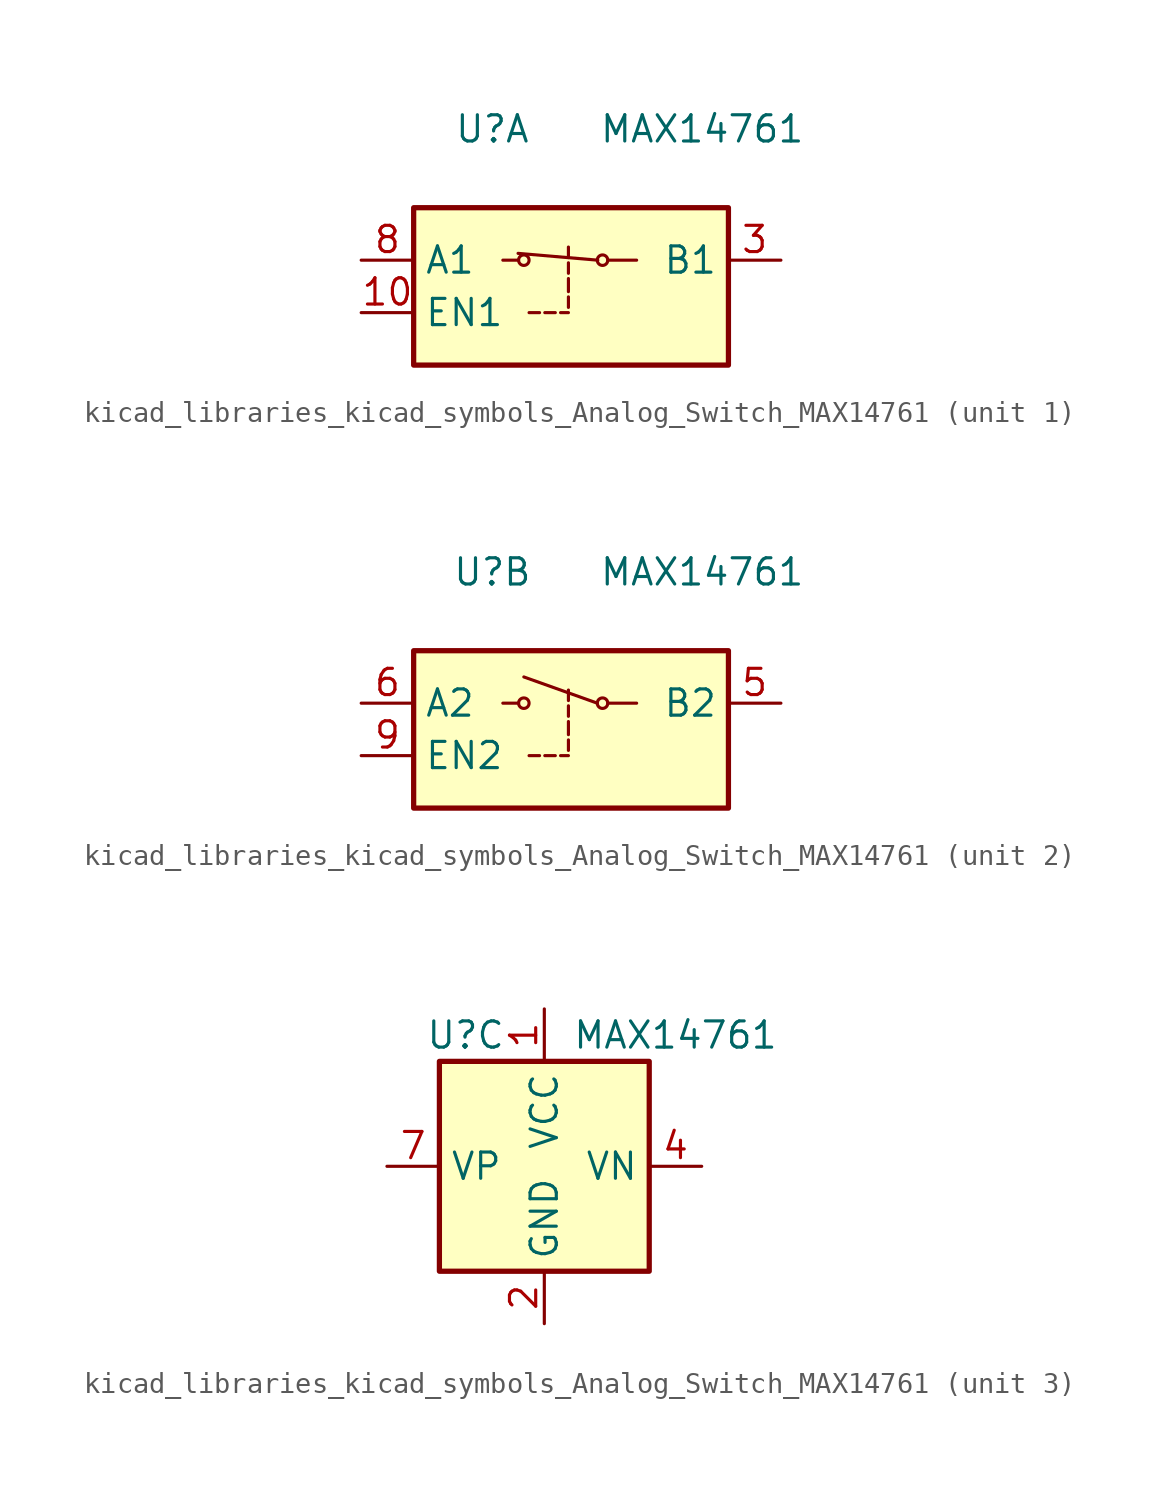
<source format=kicad_sym>
(kicad_symbol_lib
  (version 20220914)
  (generator kicad_symbol_editor)
  (symbol "kicad_libraries_kicad_symbols_Analog_Switch_MAX14761"
    (property "Reference" "U"
      (at -3.81 6.35 0)
      (effects (font (size 1.27 1.27))))
    (property "Value" "MAX14761"
      (at 6.35 6.35 0)
      (effects (font (size 1.27 1.27))))
    (property "ki_locked" ""
      (at 0 0 0)
      (effects (font (size 1.27 1.27))))
    (symbol "kicad_libraries_kicad_symbols_Analog_Switch_MAX14761_1_1"
      (rectangle (start -7.62 2.54) (end 7.62 -5.08) (stroke (width 0.254) (type default)) (fill (type background)))
      (circle (center -2.286 0) (radius 0.254) (stroke (width 0) (type default)) (fill (type none)))
      (polyline (pts (xy -3.302 0) (xy -2.54 0)) (stroke (width 0) (type default)) (fill (type none)))
      (polyline (pts (xy -2.032 -2.54) (xy -1.524 -2.54)) (stroke (width 0) (type default)) (fill (type none)))
      (polyline (pts (xy -1.27 -2.54) (xy -0.762 -2.54)) (stroke (width 0) (type default)) (fill (type none)))
      (polyline (pts (xy -0.508 -2.54) (xy -0.127 -2.54)) (stroke (width 0) (type default)) (fill (type none)))
      (polyline (pts (xy -0.127 -2.286) (xy -0.127 -1.778)) (stroke (width 0) (type default)) (fill (type none)))
      (polyline (pts (xy -0.127 -1.524) (xy -0.127 -0.889)) (stroke (width 0) (type default)) (fill (type none)))
      (polyline (pts (xy -0.127 -0.635) (xy -0.127 -0.127)) (stroke (width 0) (type default)) (fill (type none)))
      (polyline (pts (xy -0.127 0.127) (xy -0.127 0.635)) (stroke (width 0) (type default)) (fill (type none)))
      (polyline (pts (xy 1.295 0) (xy -2.565 0.33)) (stroke (width 0) (type default)) (fill (type none)))
      (polyline (pts (xy 3.175 0) (xy 1.778 0)) (stroke (width 0) (type default)) (fill (type none)))
      (circle (center 1.524 0) (radius 0.254) (stroke (width 0) (type default)) (fill (type none)))
      (pin input line (at -10.16 -2.54 0) (length 2.54) (name "EN1" (effects (font (size 1.27 1.27)))) (number "10" (effects (font (size 1.27 1.27)))))
      (pin passive line (at 10.16 0 180) (length 2.54) (name "B1" (effects (font (size 1.27 1.27)))) (number "3" (effects (font (size 1.27 1.27)))))
      (pin passive line (at -10.16 0 0) (length 2.54) (name "A1" (effects (font (size 1.27 1.27)))) (number "8" (effects (font (size 1.27 1.27))))))
    (symbol "kicad_libraries_kicad_symbols_Analog_Switch_MAX14761_2_1"
      (rectangle (start -7.62 -5.08) (end 7.62 2.54) (stroke (width 0.254) (type default)) (fill (type background)))
      (circle (center -2.286 0) (radius 0.254) (stroke (width 0) (type default)) (fill (type none)))
      (polyline (pts (xy -3.302 0) (xy -2.54 0)) (stroke (width 0) (type default)) (fill (type none)))
      (polyline (pts (xy -2.032 -2.54) (xy -1.524 -2.54)) (stroke (width 0) (type default)) (fill (type none)))
      (polyline (pts (xy -1.27 -2.54) (xy -0.762 -2.54)) (stroke (width 0) (type default)) (fill (type none)))
      (polyline (pts (xy -0.508 -2.54) (xy -0.127 -2.54)) (stroke (width 0) (type default)) (fill (type none)))
      (polyline (pts (xy -0.127 -2.286) (xy -0.127 -1.778)) (stroke (width 0) (type default)) (fill (type none)))
      (polyline (pts (xy -0.127 -1.524) (xy -0.127 -0.889)) (stroke (width 0) (type default)) (fill (type none)))
      (polyline (pts (xy -0.127 -0.635) (xy -0.127 -0.127)) (stroke (width 0) (type default)) (fill (type none)))
      (polyline (pts (xy -0.127 0.127) (xy -0.127 0.635)) (stroke (width 0) (type default)) (fill (type none)))
      (polyline (pts (xy 1.27 0) (xy -2.286 1.27)) (stroke (width 0) (type default)) (fill (type none)))
      (polyline (pts (xy 3.175 0) (xy 1.778 0)) (stroke (width 0) (type default)) (fill (type none)))
      (circle (center 1.524 0) (radius 0.254) (stroke (width 0) (type default)) (fill (type none)))
      (pin passive line (at 10.16 0 180) (length 2.54) (name "B2" (effects (font (size 1.27 1.27)))) (number "5" (effects (font (size 1.27 1.27)))))
      (pin passive line (at -10.16 0 0) (length 2.54) (name "A2" (effects (font (size 1.27 1.27)))) (number "6" (effects (font (size 1.27 1.27)))))
      (pin input line (at -10.16 -2.54 0) (length 2.54) (name "EN2" (effects (font (size 1.27 1.27)))) (number "9" (effects (font (size 1.27 1.27))))))
    (symbol "kicad_libraries_kicad_symbols_Analog_Switch_MAX14761_3_1"
      (rectangle (start -5.08 5.08) (end 5.08 -5.08) (stroke (width 0.254) (type default)) (fill (type background)))
      (pin power_in line (at 0 7.62 270) (length 2.54) (name "VCC" (effects (font (size 1.27 1.27)))) (number "1" (effects (font (size 1.27 1.27)))))
      (pin passive line (at 7.62 0 180) (length 2.54) hide (name "VN" (effects (font (size 1.27 1.27)))) (number "11" (effects (font (size 1.27 1.27)))))
      (pin power_in line (at 0 -7.62 90) (length 2.54) (name "GND" (effects (font (size 1.27 1.27)))) (number "2" (effects (font (size 1.27 1.27)))))
      (pin passive line (at 7.62 0 180) (length 2.54) (name "VN" (effects (font (size 1.27 1.27)))) (number "4" (effects (font (size 1.27 1.27)))))
      (pin passive line (at -7.62 0 0) (length 2.54) (name "VP" (effects (font (size 1.27 1.27)))) (number "7" (effects (font (size 1.27 1.27))))))))
</source>
